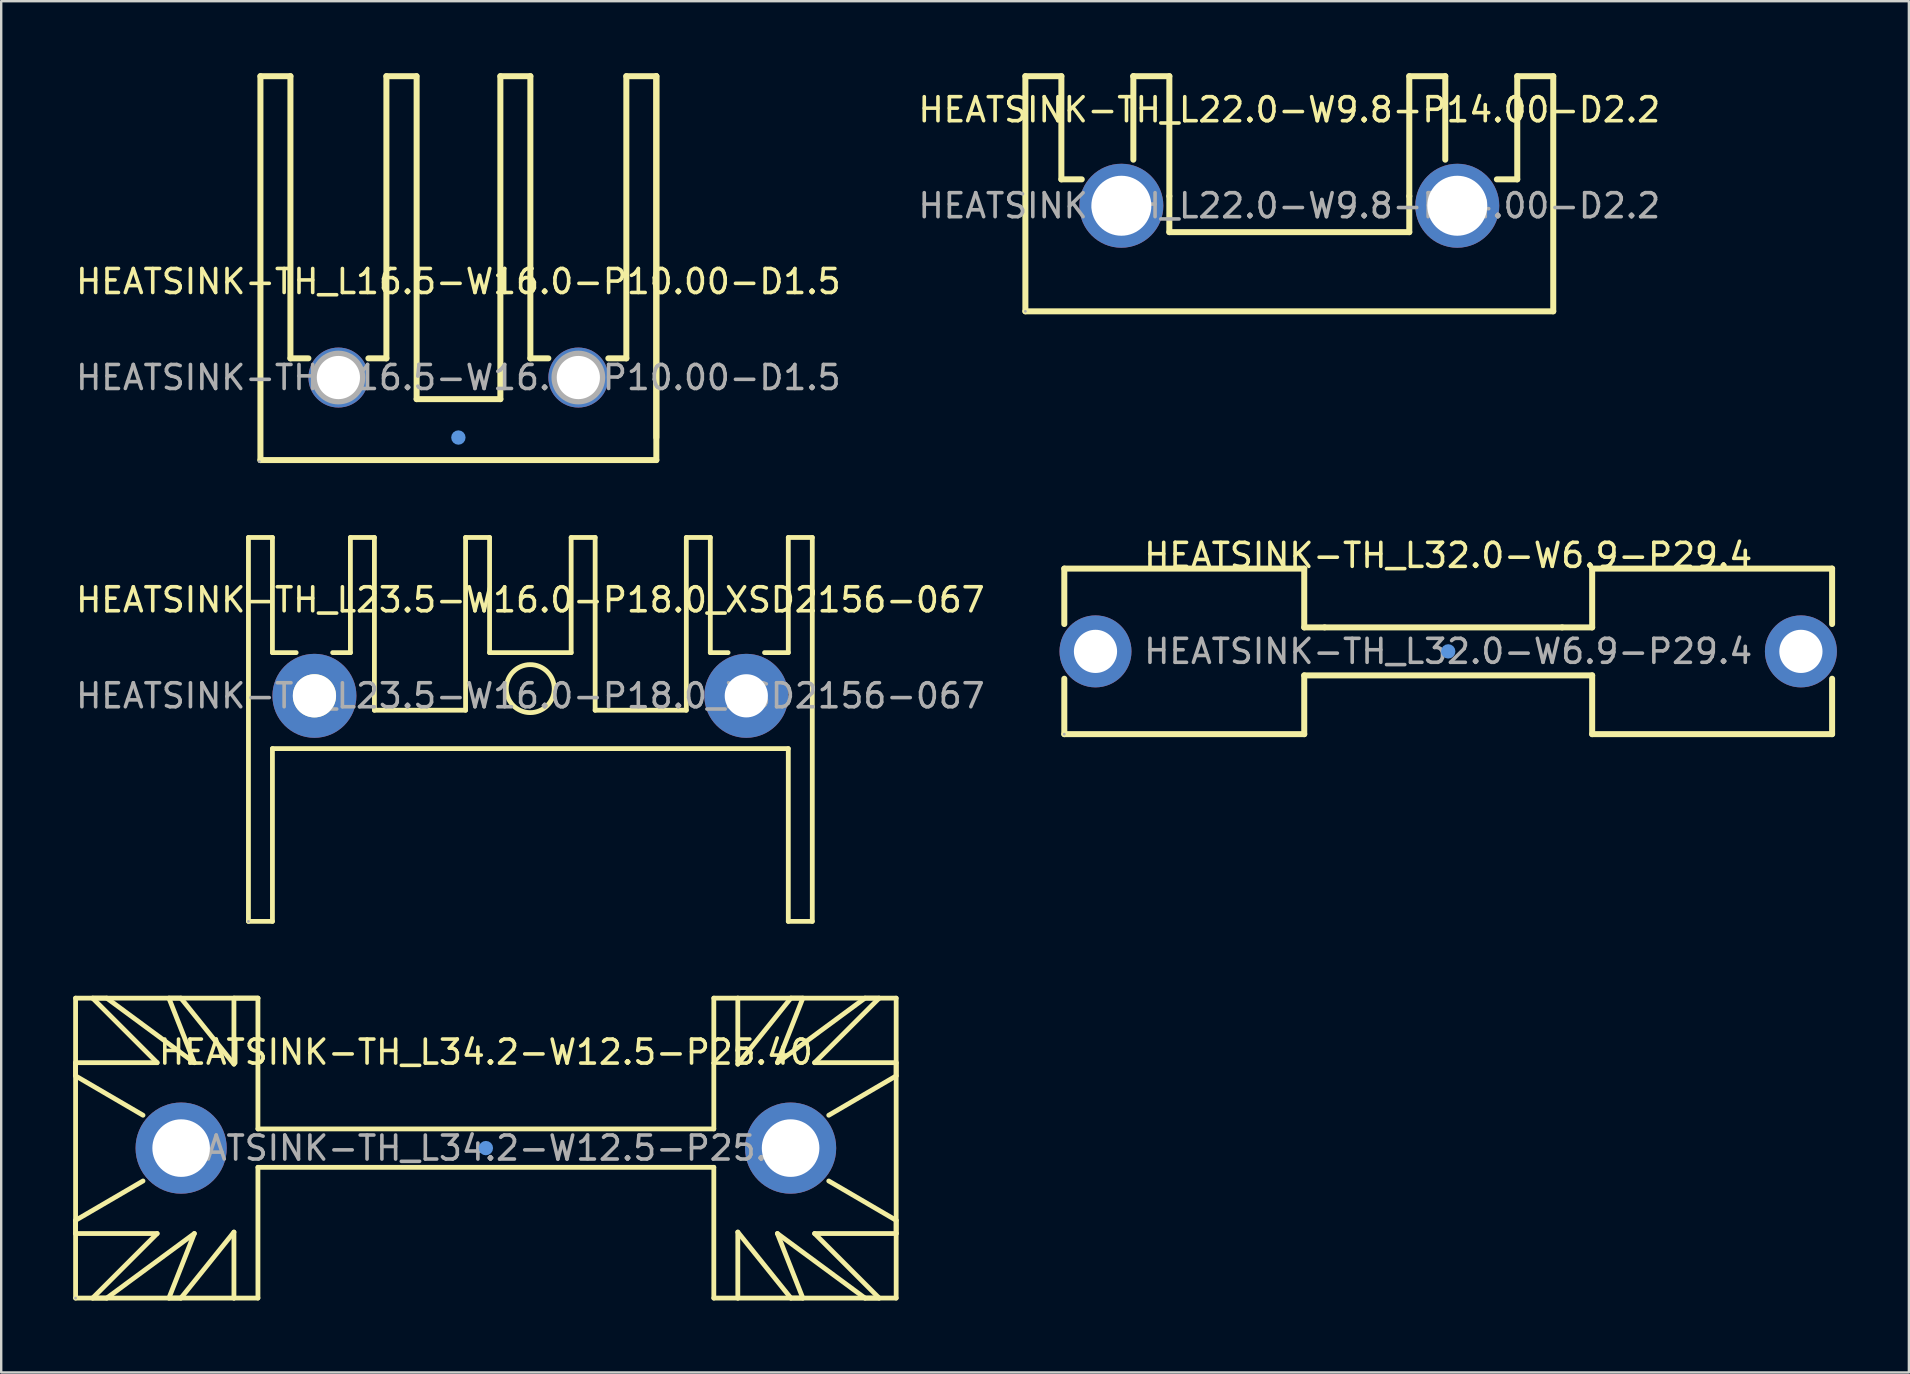
<source format=kicad_pcb>
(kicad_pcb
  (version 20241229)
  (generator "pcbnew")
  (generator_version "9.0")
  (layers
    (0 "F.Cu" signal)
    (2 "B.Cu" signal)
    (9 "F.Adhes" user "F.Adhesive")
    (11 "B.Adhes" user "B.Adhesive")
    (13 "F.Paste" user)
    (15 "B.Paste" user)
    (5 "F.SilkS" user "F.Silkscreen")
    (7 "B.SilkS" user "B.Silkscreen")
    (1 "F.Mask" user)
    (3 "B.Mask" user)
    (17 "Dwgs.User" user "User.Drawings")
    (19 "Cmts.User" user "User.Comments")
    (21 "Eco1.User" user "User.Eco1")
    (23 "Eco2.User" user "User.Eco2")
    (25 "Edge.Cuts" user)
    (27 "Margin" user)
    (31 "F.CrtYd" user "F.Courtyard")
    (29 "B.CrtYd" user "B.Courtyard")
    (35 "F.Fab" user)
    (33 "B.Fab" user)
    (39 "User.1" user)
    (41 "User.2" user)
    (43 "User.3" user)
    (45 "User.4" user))
  (footprint "HEATSINK-TH_L16.5-W16.0-P10.00-D1.5"
    (layer "F.Cu")
    (at 16.054 12.685)
    (property "Reference" "HEATSINK-TH_L16.5-W16.0-P10.00-D1.5" (at 0 -4 0) (layer "F.SilkS") (effects (font (size 1 1) (thickness 0.15))))
    (attr through_hole)
    (fp_line (start -8.25 -12.56) (end -8.25 3.44) (stroke (width 0.25) (type solid)) (layer "F.SilkS"))
    (fp_line (start -8.25 -12.56) (end -7 -12.56) (stroke (width 0.25) (type solid)) (layer "F.SilkS"))
    (fp_line (start -7 -12.56) (end -7 -0.8) (stroke (width 0.25) (type solid)) (layer "F.SilkS"))
    (fp_line (start -7 -0.8) (end -6.25 -0.8) (stroke (width 0.25) (type solid)) (layer "F.SilkS"))
    (fp_line (start -3 -12.56) (end -3 -0.8) (stroke (width 0.25) (type solid)) (layer "F.SilkS"))
    (fp_line (start -3 -0.8) (end -3.75 -0.8) (stroke (width 0.25) (type solid)) (layer "F.SilkS"))
    (fp_line (start -1.75 -12.56) (end -3 -12.56) (stroke (width 0.25) (type solid)) (layer "F.SilkS"))
    (fp_line (start -1.74 0.9) (end -1.74 -12.56) (stroke (width 0.25) (type solid)) (layer "F.SilkS"))
    (fp_line (start 1.75 -12.56) (end 1.75 0.9) (stroke (width 0.25) (type solid)) (layer "F.SilkS"))
    (fp_line (start 1.75 -12.56) (end 3 -12.56) (stroke (width 0.25) (type solid)) (layer "F.SilkS"))
    (fp_line (start 1.75 0.9) (end -1.74 0.9) (stroke (width 0.25) (type solid)) (layer "F.SilkS"))
    (fp_line (start 3 -12.56) (end 3 -0.8) (stroke (width 0.25) (type solid)) (layer "F.SilkS"))
    (fp_line (start 3 -0.8) (end 3.75 -0.8) (stroke (width 0.25) (type solid)) (layer "F.SilkS"))
    (fp_line (start 7 -12.56) (end 7 -0.8) (stroke (width 0.25) (type solid)) (layer "F.SilkS"))
    (fp_line (start 7 -0.8) (end 6.25 -0.8) (stroke (width 0.25) (type solid)) (layer "F.SilkS"))
    (fp_line (start 8.25 -12.56) (end 7 -12.56) (stroke (width 0.25) (type solid)) (layer "F.SilkS"))
    (fp_line (start 8.25 -12.56) (end 8.25 2.5) (stroke (width 0.25) (type solid)) (layer "F.SilkS"))
    (fp_line (start 8.25 -12.56) (end 8.25 3.44) (stroke (width 0.25) (type solid)) (layer "F.SilkS"))
    (fp_line (start 8.25 3.44) (end -8.25 3.44) (stroke (width 0.25) (type solid)) (layer "F.SilkS"))
    (fp_circle (center 0 2.5) (end 0.15 2.5) (stroke (width 0.3) (type solid)) (fill no) (layer "Cmts.User"))
    (fp_circle (center -8.3 3.5) (end -8.27 3.5) (stroke (width 0.06) (type solid)) (fill no) (layer "F.Fab"))
    (fp_circle (center -5 0) (end -4.63 0) (stroke (width 0.75) (type solid)) (fill no) (layer "F.Fab"))
    (fp_circle (center 5 0) (end 5.37 0) (stroke (width 0.75) (type solid)) (fill no) (layer "F.Fab"))
    (fp_text user "${REFERENCE}" (at 0 0 0) (layer "F.Fab") (effects (font (size 1 1) (thickness 0.15))))
    (pad "1" thru_hole circle (at -5 0) (size 2.5 2.5) (drill 1.8) (layers "*.Cu" "*.Paste" "*.Mask"))
    (pad "2" thru_hole circle (at 5 0) (size 2.5 2.5) (drill 1.8) (layers "*.Cu" "*.Paste" "*.Mask")))
  (footprint "HEATSINK-TH_L32.0-W6.9-P29.4"
    (layer "F.Cu")
    (at 57.307 24.098)
    (property "Reference" "HEATSINK-TH_L32.0-W6.9-P29.4" (at 0 -4 0) (layer "F.SilkS") (effects (font (size 1 1) (thickness 0.15))))
    (attr through_hole)
    (fp_line (start -16 -3.45) (end -16 -1.14) (stroke (width 0.25) (type solid)) (layer "F.SilkS"))
    (fp_line (start -16 1.14) (end -16 3.45) (stroke (width 0.25) (type solid)) (layer "F.SilkS"))
    (fp_line (start -6 -3.45) (end -16 -3.45) (stroke (width 0.25) (type solid)) (layer "F.SilkS"))
    (fp_line (start -6 -1) (end -6 -3.45) (stroke (width 0.25) (type solid)) (layer "F.SilkS"))
    (fp_line (start -6 1) (end -6 3.45) (stroke (width 0.25) (type solid)) (layer "F.SilkS"))
    (fp_line (start -6 3.45) (end -16 3.45) (stroke (width 0.25) (type solid)) (layer "F.SilkS"))
    (fp_line (start -5.15 -1) (end -6 -1) (stroke (width 0.25) (type solid)) (layer "F.SilkS"))
    (fp_line (start -5.15 -1) (end 4.75 -1) (stroke (width 0.25) (type solid)) (layer "F.SilkS"))
    (fp_line (start 4.75 -1) (end 6 -1) (stroke (width 0.25) (type solid)) (layer "F.SilkS"))
    (fp_line (start 6 -3.45) (end 16 -3.45) (stroke (width 0.25) (type solid)) (layer "F.SilkS"))
    (fp_line (start 6 -1) (end 6 -3.45) (stroke (width 0.25) (type solid)) (layer "F.SilkS"))
    (fp_line (start 6 1) (end -6 1) (stroke (width 0.25) (type solid)) (layer "F.SilkS"))
    (fp_line (start 6 1) (end 6 3.45) (stroke (width 0.25) (type solid)) (layer "F.SilkS"))
    (fp_line (start 6 3.45) (end 16 3.45) (stroke (width 0.25) (type solid)) (layer "F.SilkS"))
    (fp_line (start 16 -3.45) (end 16 -1.14) (stroke (width 0.25) (type solid)) (layer "F.SilkS"))
    (fp_line (start 16 1.14) (end 16 3.45) (stroke (width 0.25) (type solid)) (layer "F.SilkS"))
    (fp_circle (center 0 0) (end 0.15 0) (stroke (width 0.3) (type solid)) (fill no) (layer "Cmts.User"))
    (fp_circle (center -16 3.45) (end -15.97 3.45) (stroke (width 0.06) (type solid)) (fill no) (layer "F.Fab"))
    (fp_circle (center -14.7 0) (end -14.35 0) (stroke (width 0.7) (type solid)) (fill no) (layer "F.Fab"))
    (fp_circle (center 14.7 0) (end 15.05 0) (stroke (width 0.7) (type solid)) (fill no) (layer "F.Fab"))
    (fp_text user "${REFERENCE}" (at 0 0 0) (layer "F.Fab") (effects (font (size 1 1) (thickness 0.15))))
    (pad "1" thru_hole circle (at -14.7 0) (size 3 3) (drill 1.8) (layers "*.Cu" "*.Paste" "*.Mask"))
    (pad "2" thru_hole circle (at 14.7 0) (size 3 3) (drill 1.8) (layers "*.Cu" "*.Paste" "*.Mask")))
  (footprint "HEATSINK-TH_L34.2-W12.5-P25.40"
    (layer "F.Cu")
    (at 17.2 44.8)
    (property "Reference" "HEATSINK-TH_L34.2-W12.5-P25.40" (at 0 -4 0) (layer "F.SilkS") (effects (font (size 1 1) (thickness 0.15))))
    (attr through_hole)
    (fp_line (start -17.1 -6.25) (end -17.1 3.56) (stroke (width 0.2) (type solid)) (layer "F.SilkS"))
    (fp_line (start -17.1 -3.56) (end -17.1 -3.01) (stroke (width 0.2) (type solid)) (layer "F.SilkS"))
    (fp_line (start -17.1 -3.01) (end -14.29 -1.37) (stroke (width 0.2) (type solid)) (layer "F.SilkS"))
    (fp_line (start -17.1 3.01) (end -14.29 1.37) (stroke (width 0.2) (type solid)) (layer "F.SilkS"))
    (fp_line (start -17.1 3.56) (end -17.1 3.01) (stroke (width 0.2) (type solid)) (layer "F.SilkS"))
    (fp_line (start -17.1 3.56) (end -17.1 6.25) (stroke (width 0.2) (type solid)) (layer "F.SilkS"))
    (fp_line (start -17.1 6.25) (end -10.5 6.25) (stroke (width 0.2) (type solid)) (layer "F.SilkS"))
    (fp_line (start -16.39 -6.25) (end -13.7 -3.56) (stroke (width 0.2) (type solid)) (layer "F.SilkS"))
    (fp_line (start -16.39 6.25) (end -13.7 3.56) (stroke (width 0.2) (type solid)) (layer "F.SilkS"))
    (fp_line (start -15.8 -6.25) (end -16.39 -6.25) (stroke (width 0.2) (type solid)) (layer "F.SilkS"))
    (fp_line (start -15.8 6.25) (end -16.39 6.25) (stroke (width 0.2) (type solid)) (layer "F.SilkS"))
    (fp_line (start -13.7 -3.56) (end -17.1 -3.56) (stroke (width 0.2) (type solid)) (layer "F.SilkS"))
    (fp_line (start -13.7 3.56) (end -17.1 3.56) (stroke (width 0.2) (type solid)) (layer "F.SilkS"))
    (fp_line (start -13.21 -6.25) (end -12.15 -3.56) (stroke (width 0.2) (type solid)) (layer "F.SilkS"))
    (fp_line (start -13.21 6.25) (end -12.15 3.56) (stroke (width 0.2) (type solid)) (layer "F.SilkS"))
    (fp_line (start -12.71 -6.25) (end -13.21 -6.25) (stroke (width 0.2) (type solid)) (layer "F.SilkS"))
    (fp_line (start -12.71 6.25) (end -13.21 6.25) (stroke (width 0.2) (type solid)) (layer "F.SilkS"))
    (fp_line (start -12.15 -3.56) (end -15.8 -6.25) (stroke (width 0.2) (type solid)) (layer "F.SilkS"))
    (fp_line (start -12.15 3.56) (end -15.8 6.25) (stroke (width 0.2) (type solid)) (layer "F.SilkS"))
    (fp_line (start -10.5 -6.25) (end -9.5 -6.25) (stroke (width 0.2) (type solid)) (layer "F.SilkS"))
    (fp_line (start -10.5 -3.5) (end -12.71 -6.25) (stroke (width 0.2) (type solid)) (layer "F.SilkS"))
    (fp_line (start -10.5 -3.5) (end -10.5 -6.25) (stroke (width 0.2) (type solid)) (layer "F.SilkS"))
    (fp_line (start -10.5 3.5) (end -12.71 6.25) (stroke (width 0.2) (type solid)) (layer "F.SilkS"))
    (fp_line (start -10.5 3.5) (end -10.5 6.25) (stroke (width 0.2) (type solid)) (layer "F.SilkS"))
    (fp_line (start -10.5 6.25) (end -9.5 6.25) (stroke (width 0.2) (type solid)) (layer "F.SilkS"))
    (fp_line (start -9.5 -6.25) (end -17.1 -6.25) (stroke (width 0.2) (type solid)) (layer "F.SilkS"))
    (fp_line (start -9.5 -0.8) (end -9.5 -6.25) (stroke (width 0.2) (type solid)) (layer "F.SilkS"))
    (fp_line (start -9.5 -0.8) (end 9.5 -0.8) (stroke (width 0.2) (type solid)) (layer "F.SilkS"))
    (fp_line (start -9.5 6.25) (end -9.5 0.8) (stroke (width 0.2) (type solid)) (layer "F.SilkS"))
    (fp_line (start 9.5 -6.25) (end 10.5 -6.25) (stroke (width 0.2) (type solid)) (layer "F.SilkS"))
    (fp_line (start 9.5 -0.8) (end 9.5 -6.25) (stroke (width 0.2) (type solid)) (layer "F.SilkS"))
    (fp_line (start 9.5 0.8) (end -9.5 0.8) (stroke (width 0.2) (type solid)) (layer "F.SilkS"))
    (fp_line (start 9.5 0.8) (end 9.5 6.25) (stroke (width 0.2) (type solid)) (layer "F.SilkS"))
    (fp_line (start 9.5 6.25) (end 10.5 6.25) (stroke (width 0.2) (type solid)) (layer "F.SilkS"))
    (fp_line (start 10.5 -6.25) (end 17.1 -6.25) (stroke (width 0.2) (type solid)) (layer "F.SilkS"))
    (fp_line (start 10.5 -3.5) (end 10.5 -6.25) (stroke (width 0.2) (type solid)) (layer "F.SilkS"))
    (fp_line (start 10.5 -3.5) (end 12.71 -6.25) (stroke (width 0.2) (type solid)) (layer "F.SilkS"))
    (fp_line (start 10.5 3.5) (end 10.5 6.25) (stroke (width 0.2) (type solid)) (layer "F.SilkS"))
    (fp_line (start 10.5 3.5) (end 12.71 6.25) (stroke (width 0.2) (type solid)) (layer "F.SilkS"))
    (fp_line (start 12.15 -3.56) (end 15.8 -6.25) (stroke (width 0.2) (type solid)) (layer "F.SilkS"))
    (fp_line (start 12.15 3.56) (end 15.8 6.25) (stroke (width 0.2) (type solid)) (layer "F.SilkS"))
    (fp_line (start 12.71 -6.25) (end 13.21 -6.25) (stroke (width 0.2) (type solid)) (layer "F.SilkS"))
    (fp_line (start 12.71 6.25) (end 13.21 6.25) (stroke (width 0.2) (type solid)) (layer "F.SilkS"))
    (fp_line (start 13.21 -6.25) (end 12.15 -3.56) (stroke (width 0.2) (type solid)) (layer "F.SilkS"))
    (fp_line (start 13.21 6.25) (end 12.15 3.56) (stroke (width 0.2) (type solid)) (layer "F.SilkS"))
    (fp_line (start 13.7 -3.56) (end 17.1 -3.56) (stroke (width 0.2) (type solid)) (layer "F.SilkS"))
    (fp_line (start 13.7 3.56) (end 17.1 3.56) (stroke (width 0.2) (type solid)) (layer "F.SilkS"))
    (fp_line (start 15.8 -6.25) (end 16.39 -6.25) (stroke (width 0.2) (type solid)) (layer "F.SilkS"))
    (fp_line (start 15.8 6.25) (end 16.39 6.25) (stroke (width 0.2) (type solid)) (layer "F.SilkS"))
    (fp_line (start 16.39 -6.25) (end 13.7 -3.56) (stroke (width 0.2) (type solid)) (layer "F.SilkS"))
    (fp_line (start 16.39 6.25) (end 13.7 3.56) (stroke (width 0.2) (type solid)) (layer "F.SilkS"))
    (fp_line (start 17.1 -6.25) (end 17.1 3.56) (stroke (width 0.2) (type solid)) (layer "F.SilkS"))
    (fp_line (start 17.1 -3.56) (end 17.1 -3.01) (stroke (width 0.2) (type solid)) (layer "F.SilkS"))
    (fp_line (start 17.1 -3.01) (end 14.29 -1.37) (stroke (width 0.2) (type solid)) (layer "F.SilkS"))
    (fp_line (start 17.1 3.01) (end 14.29 1.37) (stroke (width 0.2) (type solid)) (layer "F.SilkS"))
    (fp_line (start 17.1 3.56) (end 17.1 3.01) (stroke (width 0.2) (type solid)) (layer "F.SilkS"))
    (fp_line (start 17.1 3.56) (end 17.1 6.25) (stroke (width 0.2) (type solid)) (layer "F.SilkS"))
    (fp_line (start 17.1 6.25) (end 10.5 6.25) (stroke (width 0.2) (type solid)) (layer "F.SilkS"))
    (fp_circle (center 0 0) (end 0.15 0) (stroke (width 0.3) (type solid)) (fill no) (layer "Cmts.User"))
    (fp_circle (center -17.1 6.25) (end -17.07 6.25) (stroke (width 0.06) (type solid)) (fill no) (layer "F.Fab"))
    (fp_circle (center -12.7 0) (end -12.2 0) (stroke (width 1) (type solid)) (fill no) (layer "F.Fab"))
    (fp_circle (center 12.7 0) (end 13.2 0) (stroke (width 1) (type solid)) (fill no) (layer "F.Fab"))
    (fp_text user "${REFERENCE}" (at 0 0 0) (layer "F.Fab") (effects (font (size 1 1) (thickness 0.15))))
    (pad "1" thru_hole circle (at -12.7 0) (size 3.8 3.8) (drill 2.4) (layers "*.Cu" "*.Paste" "*.Mask"))
    (pad "2" thru_hole circle (at 12.7 0) (size 3.8 3.8) (drill 2.4) (layers "*.Cu" "*.Paste" "*.Mask")))
  (footprint "HEATSINK-TH_L22.0-W9.8-P14.00-D2.2"
    (layer "F.Cu")
    (at 50.685 5.525)
    (property "Reference" "HEATSINK-TH_L22.0-W9.8-P14.00-D2.2" (at 0 -4 0) (layer "F.SilkS") (effects (font (size 1 1) (thickness 0.15))))
    (attr through_hole)
    (fp_line (start -11 -5.4) (end -11 4.4) (stroke (width 0.25) (type solid)) (layer "F.SilkS"))
    (fp_line (start -11 -5.4) (end -9.5 -5.4) (stroke (width 0.25) (type solid)) (layer "F.SilkS"))
    (fp_line (start -11 4.4) (end 11 4.4) (stroke (width 0.25) (type solid)) (layer "F.SilkS"))
    (fp_line (start -9.5 -5.4) (end -9.5 -1.1) (stroke (width 0.25) (type solid)) (layer "F.SilkS"))
    (fp_line (start -9.5 -1.1) (end -8.65 -1.1) (stroke (width 0.25) (type solid)) (layer "F.SilkS"))
    (fp_line (start -6.5 -5.4) (end -6.5 -5.4) (stroke (width 0.25) (type solid)) (layer "F.SilkS"))
    (fp_line (start -6.5 -5.4) (end -6.5 -1.92) (stroke (width 0.25) (type solid)) (layer "F.SilkS"))
    (fp_line (start -5 -5.4) (end -6.5 -5.4) (stroke (width 0.25) (type solid)) (layer "F.SilkS"))
    (fp_line (start -5 -5.4) (end -5 -0.4) (stroke (width 0.25) (type solid)) (layer "F.SilkS"))
    (fp_line (start -5 -0.4) (end -5 1.1) (stroke (width 0.25) (type solid)) (layer "F.SilkS"))
    (fp_line (start -5 1.1) (end 5 1.1) (stroke (width 0.25) (type solid)) (layer "F.SilkS"))
    (fp_line (start 5 -5.4) (end 5 -0.4) (stroke (width 0.25) (type solid)) (layer "F.SilkS"))
    (fp_line (start 5 -5.4) (end 6.5 -5.4) (stroke (width 0.25) (type solid)) (layer "F.SilkS"))
    (fp_line (start 5 1.1) (end 5 -0.4) (stroke (width 0.25) (type solid)) (layer "F.SilkS"))
    (fp_line (start 6.5 -5.4) (end 6.5 -1.92) (stroke (width 0.25) (type solid)) (layer "F.SilkS"))
    (fp_line (start 9.5 -5.4) (end 9.5 -1.1) (stroke (width 0.25) (type solid)) (layer "F.SilkS"))
    (fp_line (start 9.5 -1.1) (end 8.65 -1.1) (stroke (width 0.25) (type solid)) (layer "F.SilkS"))
    (fp_line (start 11 -5.4) (end 9.5 -5.4) (stroke (width 0.25) (type solid)) (layer "F.SilkS"))
    (fp_line (start 11 -5.4) (end 11 4.4) (stroke (width 0.25) (type solid)) (layer "F.SilkS"))
    (fp_circle (center -11 4.4) (end -10.97 4.4) (stroke (width 0.06) (type solid)) (fill no) (layer "F.Fab"))
    (fp_circle (center -7 0) (end -6.45 0) (stroke (width 1.1) (type solid)) (fill no) (layer "F.Fab"))
    (fp_circle (center 7 0) (end 7.55 0) (stroke (width 1.1) (type solid)) (fill no) (layer "F.Fab"))
    (fp_text user "${REFERENCE}" (at 0 0 0) (layer "F.Fab") (effects (font (size 1 1) (thickness 0.15))))
    (pad "1" thru_hole circle (at -7 0) (size 3.5 3.5) (drill 2.5) (layers "*.Cu" "*.Paste" "*.Mask"))
    (pad "2" thru_hole circle (at 7 0) (size 3.5 3.5) (drill 2.5) (layers "*.Cu" "*.Paste" "*.Mask")))
  (footprint "HEATSINK-TH_L23.5-W16.0-P18.0_XSD2156-067"
    (layer "F.Cu")
    (at 19.054 25.95)
    (property "Reference" "HEATSINK-TH_L23.5-W16.0-P18.0_XSD2156-067" (at 0 -4 0) (layer "F.SilkS") (effects (font (size 1 1) (thickness 0.15))))
    (attr through_hole)
    (fp_line (start -11.75 -6.6) (end -11.75 9.4) (stroke (width 0.2) (type solid)) (layer "F.SilkS"))
    (fp_line (start -11.75 9.4) (end -10.75 9.4) (stroke (width 0.2) (type solid)) (layer "F.SilkS"))
    (fp_line (start -10.75 -6.6) (end -11.75 -6.6) (stroke (width 0.2) (type solid)) (layer "F.SilkS"))
    (fp_line (start -10.75 -1.8) (end -10.75 -6.6) (stroke (width 0.2) (type solid)) (layer "F.SilkS"))
    (fp_line (start -10.75 -1.8) (end -9.76 -1.8) (stroke (width 0.2) (type solid)) (layer "F.SilkS"))
    (fp_line (start -10.75 2.2) (end 10.75 2.2) (stroke (width 0.2) (type solid)) (layer "F.SilkS"))
    (fp_line (start -10.75 9.4) (end -10.75 2.2) (stroke (width 0.2) (type solid)) (layer "F.SilkS"))
    (fp_line (start -8.24 -1.8) (end -7.5 -1.8) (stroke (width 0.2) (type solid)) (layer "F.SilkS"))
    (fp_line (start -7.5 -6.6) (end -7.5 -1.8) (stroke (width 0.2) (type solid)) (layer "F.SilkS"))
    (fp_line (start -6.5 -6.6) (end -7.5 -6.6) (stroke (width 0.2) (type solid)) (layer "F.SilkS"))
    (fp_line (start -6.5 0.6) (end -6.5 -6.6) (stroke (width 0.2) (type solid)) (layer "F.SilkS"))
    (fp_line (start -2.7 -6.6) (end -2.7 0.6) (stroke (width 0.2) (type solid)) (layer "F.SilkS"))
    (fp_line (start -2.7 0.6) (end -6.5 0.6) (stroke (width 0.2) (type solid)) (layer "F.SilkS"))
    (fp_line (start -1.7 -6.6) (end -2.7 -6.6) (stroke (width 0.2) (type solid)) (layer "F.SilkS"))
    (fp_line (start -1.7 -1.8) (end -1.7 -6.6) (stroke (width 0.2) (type solid)) (layer "F.SilkS"))
    (fp_line (start 1.7 -6.6) (end 1.7 -1.8) (stroke (width 0.2) (type solid)) (layer "F.SilkS"))
    (fp_line (start 1.7 -1.8) (end -1.7 -1.8) (stroke (width 0.2) (type solid)) (layer "F.SilkS"))
    (fp_line (start 2.7 -6.6) (end 1.7 -6.6) (stroke (width 0.2) (type solid)) (layer "F.SilkS"))
    (fp_line (start 2.7 0.6) (end 2.7 -6.6) (stroke (width 0.2) (type solid)) (layer "F.SilkS"))
    (fp_line (start 6.5 -6.6) (end 6.5 0.6) (stroke (width 0.2) (type solid)) (layer "F.SilkS"))
    (fp_line (start 6.5 0.6) (end 2.7 0.6) (stroke (width 0.2) (type solid)) (layer "F.SilkS"))
    (fp_line (start 7.5 -6.6) (end 6.5 -6.6) (stroke (width 0.2) (type solid)) (layer "F.SilkS"))
    (fp_line (start 7.5 -1.8) (end 7.5 -6.6) (stroke (width 0.2) (type solid)) (layer "F.SilkS"))
    (fp_line (start 7.5 -1.8) (end 8.24 -1.8) (stroke (width 0.2) (type solid)) (layer "F.SilkS"))
    (fp_line (start 9.76 -1.8) (end 10.75 -1.8) (stroke (width 0.2) (type solid)) (layer "F.SilkS"))
    (fp_line (start 10.75 -6.6) (end 10.75 -1.8) (stroke (width 0.2) (type solid)) (layer "F.SilkS"))
    (fp_line (start 10.75 2.2) (end 10.75 9.4) (stroke (width 0.2) (type solid)) (layer "F.SilkS"))
    (fp_line (start 10.75 9.4) (end 11.75 9.4) (stroke (width 0.2) (type solid)) (layer "F.SilkS"))
    (fp_line (start 11.75 -6.6) (end 10.75 -6.6) (stroke (width 0.2) (type solid)) (layer "F.SilkS"))
    (fp_line (start 11.75 9.4) (end 11.75 -6.6) (stroke (width 0.2) (type solid)) (layer "F.SilkS"))
    (fp_arc (start -9.01 0.8) (mid -8.995027 -0.800047) (end -8.999946 0.800062) (stroke (width 0.2) (type solid)) (layer "F.SilkS"))
    (fp_arc (start -0.01 0.7) (mid 0.005026 -1.300037) (end -0.000051 0.70005) (stroke (width 0.2) (type solid)) (layer "F.SilkS"))
    (fp_circle (center -11.75 9.4) (end -11.72 9.4) (stroke (width 0.06) (type solid)) (fill no) (layer "F.Fab"))
    (fp_circle (center -9 0) (end -8.65 0) (stroke (width 0.7) (type solid)) (fill no) (layer "F.Fab"))
    (fp_circle (center 9 0) (end 9.35 0) (stroke (width 0.7) (type solid)) (fill no) (layer "F.Fab"))
    (fp_text user "${REFERENCE}" (at 0 0 0) (layer "F.Fab") (effects (font (size 1 1) (thickness 0.15))))
    (pad "1" thru_hole circle (at -9 0) (size 3.5 3.5) (drill 1.8) (layers "*.Cu" "*.Paste" "*.Mask"))
    (pad "2" thru_hole circle (at 9 0) (size 3.5 3.5) (drill 1.8) (layers "*.Cu" "*.Paste" "*.Mask")))
  (gr_rect
    (start -3 -3)
    (end 76.507 54.15)
    (stroke (width 0.1) (type default))
    (fill no)
    (layer "Edge.Cuts")))
</source>
